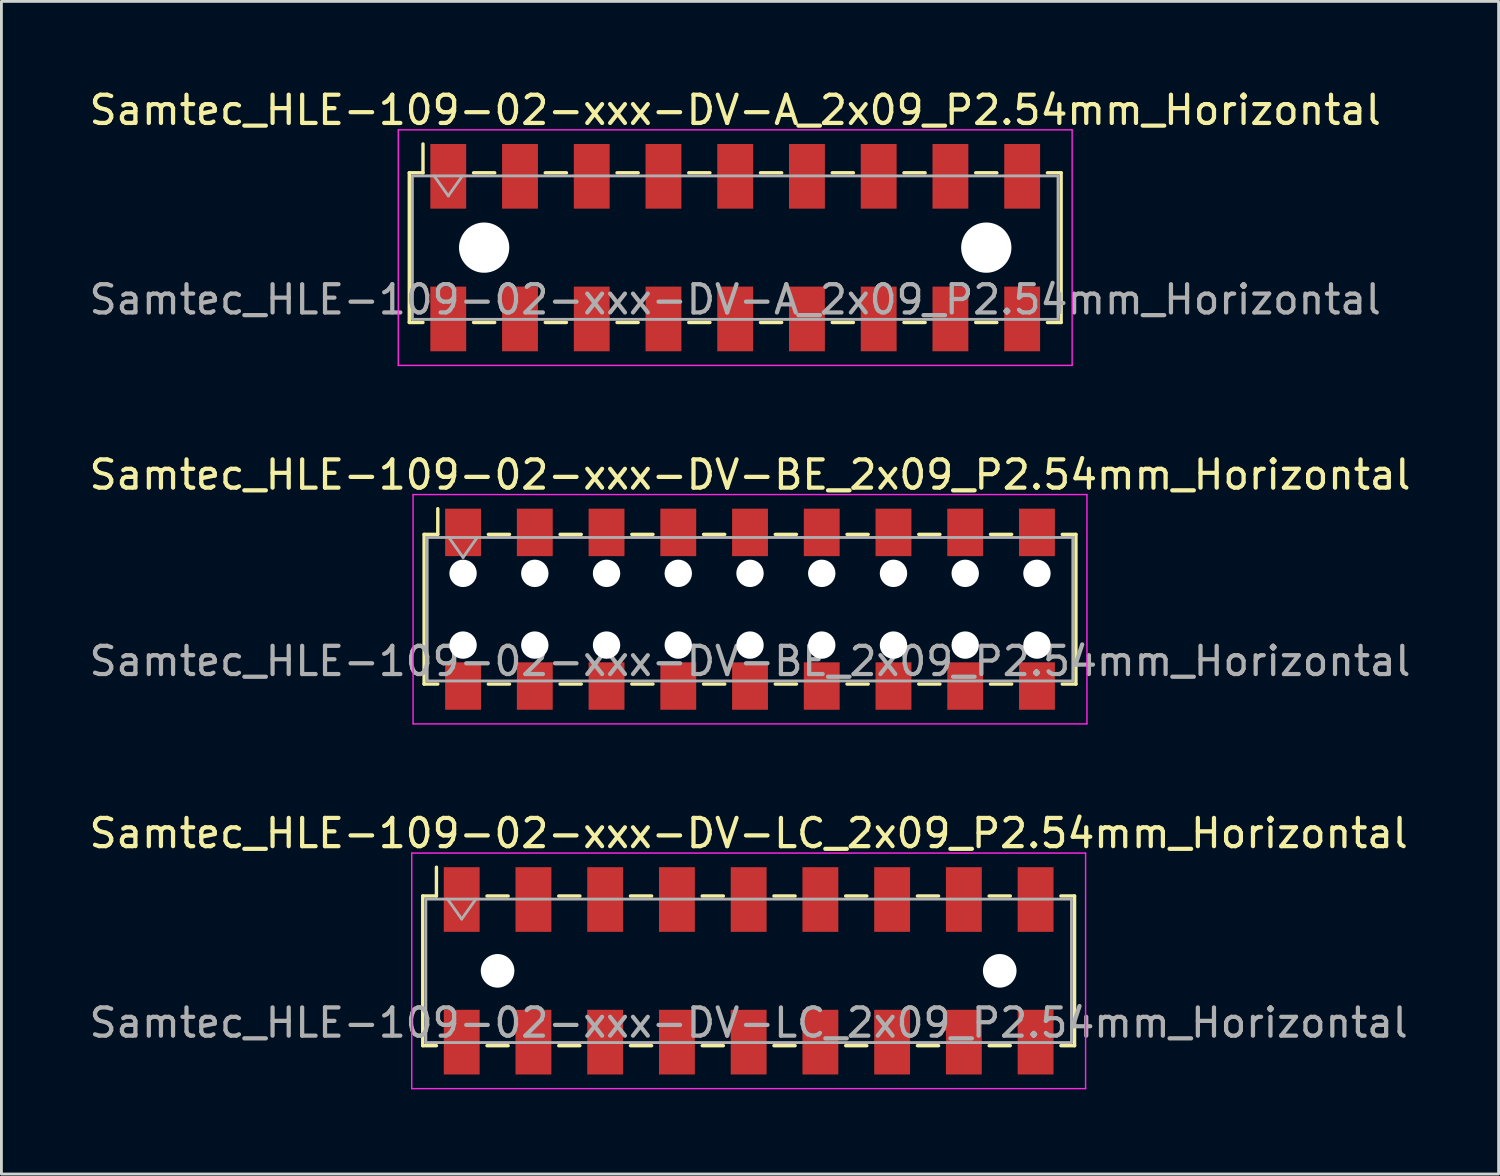
<source format=kicad_pcb>
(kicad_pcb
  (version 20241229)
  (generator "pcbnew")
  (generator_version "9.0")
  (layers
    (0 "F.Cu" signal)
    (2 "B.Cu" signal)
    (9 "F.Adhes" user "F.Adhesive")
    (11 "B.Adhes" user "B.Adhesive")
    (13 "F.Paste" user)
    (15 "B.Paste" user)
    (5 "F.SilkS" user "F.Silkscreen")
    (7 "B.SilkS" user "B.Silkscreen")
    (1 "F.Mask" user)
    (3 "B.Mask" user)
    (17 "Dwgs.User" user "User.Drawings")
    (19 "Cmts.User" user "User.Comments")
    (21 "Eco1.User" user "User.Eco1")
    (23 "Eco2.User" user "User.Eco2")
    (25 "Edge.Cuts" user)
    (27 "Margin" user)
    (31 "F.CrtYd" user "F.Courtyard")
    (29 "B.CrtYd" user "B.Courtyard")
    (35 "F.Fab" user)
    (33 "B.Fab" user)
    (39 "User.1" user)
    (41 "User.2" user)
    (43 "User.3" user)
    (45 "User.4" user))
  (footprint "Samtec_HLE-109-02-xxx-DV-A_2x09_P2.54mm_Horizontal"
    (layer "F.Cu")
    (at 22.982 5.718)
    (property "Reference" "Samtec_HLE-109-02-xxx-DV-A_2x09_P2.54mm_Horizontal" (at 0 -4.87 0) (layer "F.SilkS") (effects (font (size 1 1) (thickness 0.15))))
    (attr smd)
    (fp_line (start -11.54 -2.65) (end -11.54 2.65) (stroke (width 0.12) (type solid)) (layer "F.SilkS"))
    (fp_line (start -11.54 2.65) (end -11.055 2.65) (stroke (width 0.12) (type solid)) (layer "F.SilkS"))
    (fp_line (start -11.055 -3.67) (end -11.055 -2.65) (stroke (width 0.12) (type solid)) (layer "F.SilkS"))
    (fp_line (start -11.055 -2.65) (end -11.54 -2.65) (stroke (width 0.12) (type solid)) (layer "F.SilkS"))
    (fp_line (start -9.265 -2.65) (end -8.515 -2.65) (stroke (width 0.12) (type solid)) (layer "F.SilkS"))
    (fp_line (start -9.265 2.65) (end -8.515 2.65) (stroke (width 0.12) (type solid)) (layer "F.SilkS"))
    (fp_line (start -6.725 -2.65) (end -5.975 -2.65) (stroke (width 0.12) (type solid)) (layer "F.SilkS"))
    (fp_line (start -6.725 2.65) (end -5.975 2.65) (stroke (width 0.12) (type solid)) (layer "F.SilkS"))
    (fp_line (start -4.185 -2.65) (end -3.435 -2.65) (stroke (width 0.12) (type solid)) (layer "F.SilkS"))
    (fp_line (start -4.185 2.65) (end -3.435 2.65) (stroke (width 0.12) (type solid)) (layer "F.SilkS"))
    (fp_line (start -1.645 -2.65) (end -0.895 -2.65) (stroke (width 0.12) (type solid)) (layer "F.SilkS"))
    (fp_line (start -1.645 2.65) (end -0.895 2.65) (stroke (width 0.12) (type solid)) (layer "F.SilkS"))
    (fp_line (start 0.895 -2.65) (end 1.645 -2.65) (stroke (width 0.12) (type solid)) (layer "F.SilkS"))
    (fp_line (start 0.895 2.65) (end 1.645 2.65) (stroke (width 0.12) (type solid)) (layer "F.SilkS"))
    (fp_line (start 3.435 -2.65) (end 4.185 -2.65) (stroke (width 0.12) (type solid)) (layer "F.SilkS"))
    (fp_line (start 3.435 2.65) (end 4.185 2.65) (stroke (width 0.12) (type solid)) (layer "F.SilkS"))
    (fp_line (start 5.975 -2.65) (end 6.725 -2.65) (stroke (width 0.12) (type solid)) (layer "F.SilkS"))
    (fp_line (start 5.975 2.65) (end 6.725 2.65) (stroke (width 0.12) (type solid)) (layer "F.SilkS"))
    (fp_line (start 8.515 -2.65) (end 9.265 -2.65) (stroke (width 0.12) (type solid)) (layer "F.SilkS"))
    (fp_line (start 8.515 2.65) (end 9.265 2.65) (stroke (width 0.12) (type solid)) (layer "F.SilkS"))
    (fp_line (start 11.055 -2.65) (end 11.54 -2.65) (stroke (width 0.12) (type solid)) (layer "F.SilkS"))
    (fp_line (start 11.54 -2.65) (end 11.54 2.65) (stroke (width 0.12) (type solid)) (layer "F.SilkS"))
    (fp_line (start 11.54 2.65) (end 11.055 2.65) (stroke (width 0.12) (type solid)) (layer "F.SilkS"))
    (fp_line (start -11.93 -4.17) (end 11.93 -4.17) (stroke (width 0.05) (type solid)) (layer "F.CrtYd"))
    (fp_line (start -11.93 4.17) (end -11.93 -4.17) (stroke (width 0.05) (type solid)) (layer "F.CrtYd"))
    (fp_line (start 11.93 -4.17) (end 11.93 4.17) (stroke (width 0.05) (type solid)) (layer "F.CrtYd"))
    (fp_line (start 11.93 4.17) (end -11.93 4.17) (stroke (width 0.05) (type solid)) (layer "F.CrtYd"))
    (fp_line (start -11.43 -2.54) (end 11.43 -2.54) (stroke (width 0.1) (type solid)) (layer "F.Fab"))
    (fp_line (start -11.43 2.54) (end -11.43 -2.54) (stroke (width 0.1) (type solid)) (layer "F.Fab"))
    (fp_line (start -10.66 -2.54) (end -10.16 -1.833) (stroke (width 0.1) (type solid)) (layer "F.Fab"))
    (fp_line (start -10.16 -1.833) (end -9.66 -2.54) (stroke (width 0.1) (type solid)) (layer "F.Fab"))
    (fp_line (start 11.43 -2.54) (end 11.43 2.54) (stroke (width 0.1) (type solid)) (layer "F.Fab"))
    (fp_line (start 11.43 2.54) (end -11.43 2.54) (stroke (width 0.1) (type solid)) (layer "F.Fab"))
    (fp_text user "${REFERENCE}" (at 0 1.84 0) (layer "F.Fab") (effects (font (size 1 1) (thickness 0.15))))
    (pad "" np_thru_hole circle (at -8.89 0) (size 1.78 1.78) (drill 1.78) (layers "*.Cu" "*.Mask"))
    (pad "" np_thru_hole circle (at 8.89 0) (size 1.78 1.78) (drill 1.78) (layers "*.Cu" "*.Mask"))
    (pad "1" smd rect (at -10.16 -2.525) (size 1.27 2.29) (layers "F.Cu" "F.Mask" "F.Paste"))
    (pad "2" smd rect (at -10.16 2.525) (size 1.27 2.29) (layers "F.Cu" "F.Mask" "F.Paste"))
    (pad "3" smd rect (at -7.62 -2.525) (size 1.27 2.29) (layers "F.Cu" "F.Mask" "F.Paste"))
    (pad "4" smd rect (at -7.62 2.525) (size 1.27 2.29) (layers "F.Cu" "F.Mask" "F.Paste"))
    (pad "5" smd rect (at -5.08 -2.525) (size 1.27 2.29) (layers "F.Cu" "F.Mask" "F.Paste"))
    (pad "6" smd rect (at -5.08 2.525) (size 1.27 2.29) (layers "F.Cu" "F.Mask" "F.Paste"))
    (pad "7" smd rect (at -2.54 -2.525) (size 1.27 2.29) (layers "F.Cu" "F.Mask" "F.Paste"))
    (pad "8" smd rect (at -2.54 2.525) (size 1.27 2.29) (layers "F.Cu" "F.Mask" "F.Paste"))
    (pad "9" smd rect (at 0 -2.525) (size 1.27 2.29) (layers "F.Cu" "F.Mask" "F.Paste"))
    (pad "10" smd rect (at 0 2.525) (size 1.27 2.29) (layers "F.Cu" "F.Mask" "F.Paste"))
    (pad "11" smd rect (at 2.54 -2.525) (size 1.27 2.29) (layers "F.Cu" "F.Mask" "F.Paste"))
    (pad "12" smd rect (at 2.54 2.525) (size 1.27 2.29) (layers "F.Cu" "F.Mask" "F.Paste"))
    (pad "13" smd rect (at 5.08 -2.525) (size 1.27 2.29) (layers "F.Cu" "F.Mask" "F.Paste"))
    (pad "14" smd rect (at 5.08 2.525) (size 1.27 2.29) (layers "F.Cu" "F.Mask" "F.Paste"))
    (pad "15" smd rect (at 7.62 -2.525) (size 1.27 2.29) (layers "F.Cu" "F.Mask" "F.Paste"))
    (pad "16" smd rect (at 7.62 2.525) (size 1.27 2.29) (layers "F.Cu" "F.Mask" "F.Paste"))
    (pad "17" smd rect (at 10.16 -2.525) (size 1.27 2.29) (layers "F.Cu" "F.Mask" "F.Paste"))
    (pad "18" smd rect (at 10.16 2.525) (size 1.27 2.29) (layers "F.Cu" "F.Mask" "F.Paste")))
  (footprint "Samtec_HLE-109-02-xxx-DV-LC_2x09_P2.54mm_Horizontal"
    (layer "F.Cu")
    (at 23.458 31.325)
    (property "Reference" "Samtec_HLE-109-02-xxx-DV-LC_2x09_P2.54mm_Horizontal" (at 0 -4.87 0) (layer "F.SilkS") (effects (font (size 1 1) (thickness 0.15))))
    (attr smd)
    (fp_line (start -11.54 -2.65) (end -11.54 2.65) (stroke (width 0.12) (type solid)) (layer "F.SilkS"))
    (fp_line (start -11.54 2.65) (end -11.055 2.65) (stroke (width 0.12) (type solid)) (layer "F.SilkS"))
    (fp_line (start -11.055 -3.67) (end -11.055 -2.65) (stroke (width 0.12) (type solid)) (layer "F.SilkS"))
    (fp_line (start -11.055 -2.65) (end -11.54 -2.65) (stroke (width 0.12) (type solid)) (layer "F.SilkS"))
    (fp_line (start -9.265 -2.65) (end -8.515 -2.65) (stroke (width 0.12) (type solid)) (layer "F.SilkS"))
    (fp_line (start -9.265 2.65) (end -8.515 2.65) (stroke (width 0.12) (type solid)) (layer "F.SilkS"))
    (fp_line (start -6.725 -2.65) (end -5.975 -2.65) (stroke (width 0.12) (type solid)) (layer "F.SilkS"))
    (fp_line (start -6.725 2.65) (end -5.975 2.65) (stroke (width 0.12) (type solid)) (layer "F.SilkS"))
    (fp_line (start -4.185 -2.65) (end -3.435 -2.65) (stroke (width 0.12) (type solid)) (layer "F.SilkS"))
    (fp_line (start -4.185 2.65) (end -3.435 2.65) (stroke (width 0.12) (type solid)) (layer "F.SilkS"))
    (fp_line (start -1.645 -2.65) (end -0.895 -2.65) (stroke (width 0.12) (type solid)) (layer "F.SilkS"))
    (fp_line (start -1.645 2.65) (end -0.895 2.65) (stroke (width 0.12) (type solid)) (layer "F.SilkS"))
    (fp_line (start 0.895 -2.65) (end 1.645 -2.65) (stroke (width 0.12) (type solid)) (layer "F.SilkS"))
    (fp_line (start 0.895 2.65) (end 1.645 2.65) (stroke (width 0.12) (type solid)) (layer "F.SilkS"))
    (fp_line (start 3.435 -2.65) (end 4.185 -2.65) (stroke (width 0.12) (type solid)) (layer "F.SilkS"))
    (fp_line (start 3.435 2.65) (end 4.185 2.65) (stroke (width 0.12) (type solid)) (layer "F.SilkS"))
    (fp_line (start 5.975 -2.65) (end 6.725 -2.65) (stroke (width 0.12) (type solid)) (layer "F.SilkS"))
    (fp_line (start 5.975 2.65) (end 6.725 2.65) (stroke (width 0.12) (type solid)) (layer "F.SilkS"))
    (fp_line (start 8.515 -2.65) (end 9.265 -2.65) (stroke (width 0.12) (type solid)) (layer "F.SilkS"))
    (fp_line (start 8.515 2.65) (end 9.265 2.65) (stroke (width 0.12) (type solid)) (layer "F.SilkS"))
    (fp_line (start 11.055 -2.65) (end 11.54 -2.65) (stroke (width 0.12) (type solid)) (layer "F.SilkS"))
    (fp_line (start 11.54 -2.65) (end 11.54 2.65) (stroke (width 0.12) (type solid)) (layer "F.SilkS"))
    (fp_line (start 11.54 2.65) (end 11.055 2.65) (stroke (width 0.12) (type solid)) (layer "F.SilkS"))
    (fp_line (start -11.93 -4.17) (end 11.93 -4.17) (stroke (width 0.05) (type solid)) (layer "F.CrtYd"))
    (fp_line (start -11.93 4.17) (end -11.93 -4.17) (stroke (width 0.05) (type solid)) (layer "F.CrtYd"))
    (fp_line (start 11.93 -4.17) (end 11.93 4.17) (stroke (width 0.05) (type solid)) (layer "F.CrtYd"))
    (fp_line (start 11.93 4.17) (end -11.93 4.17) (stroke (width 0.05) (type solid)) (layer "F.CrtYd"))
    (fp_line (start -11.43 -2.54) (end 11.43 -2.54) (stroke (width 0.1) (type solid)) (layer "F.Fab"))
    (fp_line (start -11.43 2.54) (end -11.43 -2.54) (stroke (width 0.1) (type solid)) (layer "F.Fab"))
    (fp_line (start -10.66 -2.54) (end -10.16 -1.833) (stroke (width 0.1) (type solid)) (layer "F.Fab"))
    (fp_line (start -10.16 -1.833) (end -9.66 -2.54) (stroke (width 0.1) (type solid)) (layer "F.Fab"))
    (fp_line (start 11.43 -2.54) (end 11.43 2.54) (stroke (width 0.1) (type solid)) (layer "F.Fab"))
    (fp_line (start 11.43 2.54) (end -11.43 2.54) (stroke (width 0.1) (type solid)) (layer "F.Fab"))
    (fp_text user "${REFERENCE}" (at 0 1.84 0) (layer "F.Fab") (effects (font (size 1 1) (thickness 0.15))))
    (pad "" np_thru_hole circle (at -8.89 0) (size 1.19 1.19) (drill 1.19) (layers "*.Cu" "*.Mask"))
    (pad "" np_thru_hole circle (at 8.89 0) (size 1.19 1.19) (drill 1.19) (layers "*.Cu" "*.Mask"))
    (pad "1" smd rect (at -10.16 -2.525) (size 1.27 2.29) (layers "F.Cu" "F.Mask" "F.Paste"))
    (pad "2" smd rect (at -10.16 2.525) (size 1.27 2.29) (layers "F.Cu" "F.Mask" "F.Paste"))
    (pad "3" smd rect (at -7.62 -2.525) (size 1.27 2.29) (layers "F.Cu" "F.Mask" "F.Paste"))
    (pad "4" smd rect (at -7.62 2.525) (size 1.27 2.29) (layers "F.Cu" "F.Mask" "F.Paste"))
    (pad "5" smd rect (at -5.08 -2.525) (size 1.27 2.29) (layers "F.Cu" "F.Mask" "F.Paste"))
    (pad "6" smd rect (at -5.08 2.525) (size 1.27 2.29) (layers "F.Cu" "F.Mask" "F.Paste"))
    (pad "7" smd rect (at -2.54 -2.525) (size 1.27 2.29) (layers "F.Cu" "F.Mask" "F.Paste"))
    (pad "8" smd rect (at -2.54 2.525) (size 1.27 2.29) (layers "F.Cu" "F.Mask" "F.Paste"))
    (pad "9" smd rect (at 0 -2.525) (size 1.27 2.29) (layers "F.Cu" "F.Mask" "F.Paste"))
    (pad "10" smd rect (at 0 2.525) (size 1.27 2.29) (layers "F.Cu" "F.Mask" "F.Paste"))
    (pad "11" smd rect (at 2.54 -2.525) (size 1.27 2.29) (layers "F.Cu" "F.Mask" "F.Paste"))
    (pad "12" smd rect (at 2.54 2.525) (size 1.27 2.29) (layers "F.Cu" "F.Mask" "F.Paste"))
    (pad "13" smd rect (at 5.08 -2.525) (size 1.27 2.29) (layers "F.Cu" "F.Mask" "F.Paste"))
    (pad "14" smd rect (at 5.08 2.525) (size 1.27 2.29) (layers "F.Cu" "F.Mask" "F.Paste"))
    (pad "15" smd rect (at 7.62 -2.525) (size 1.27 2.29) (layers "F.Cu" "F.Mask" "F.Paste"))
    (pad "16" smd rect (at 7.62 2.525) (size 1.27 2.29) (layers "F.Cu" "F.Mask" "F.Paste"))
    (pad "17" smd rect (at 10.16 -2.525) (size 1.27 2.29) (layers "F.Cu" "F.Mask" "F.Paste"))
    (pad "18" smd rect (at 10.16 2.525) (size 1.27 2.29) (layers "F.Cu" "F.Mask" "F.Paste")))
  (footprint "Samtec_HLE-109-02-xxx-DV-BE_2x09_P2.54mm_Horizontal"
    (layer "F.Cu")
    (at 23.506 18.521)
    (property "Reference" "Samtec_HLE-109-02-xxx-DV-BE_2x09_P2.54mm_Horizontal" (at 0 -4.76 0) (layer "F.SilkS") (effects (font (size 1 1) (thickness 0.15))))
    (attr smd)
    (fp_line (start -11.54 -2.65) (end -11.54 2.65) (stroke (width 0.12) (type solid)) (layer "F.SilkS"))
    (fp_line (start -11.54 2.65) (end -11.055 2.65) (stroke (width 0.12) (type solid)) (layer "F.SilkS"))
    (fp_line (start -11.055 -3.56) (end -11.055 -2.65) (stroke (width 0.12) (type solid)) (layer "F.SilkS"))
    (fp_line (start -11.055 -2.65) (end -11.54 -2.65) (stroke (width 0.12) (type solid)) (layer "F.SilkS"))
    (fp_line (start -9.265 -2.65) (end -8.515 -2.65) (stroke (width 0.12) (type solid)) (layer "F.SilkS"))
    (fp_line (start -9.265 2.65) (end -8.515 2.65) (stroke (width 0.12) (type solid)) (layer "F.SilkS"))
    (fp_line (start -6.725 -2.65) (end -5.975 -2.65) (stroke (width 0.12) (type solid)) (layer "F.SilkS"))
    (fp_line (start -6.725 2.65) (end -5.975 2.65) (stroke (width 0.12) (type solid)) (layer "F.SilkS"))
    (fp_line (start -4.185 -2.65) (end -3.435 -2.65) (stroke (width 0.12) (type solid)) (layer "F.SilkS"))
    (fp_line (start -4.185 2.65) (end -3.435 2.65) (stroke (width 0.12) (type solid)) (layer "F.SilkS"))
    (fp_line (start -1.645 -2.65) (end -0.895 -2.65) (stroke (width 0.12) (type solid)) (layer "F.SilkS"))
    (fp_line (start -1.645 2.65) (end -0.895 2.65) (stroke (width 0.12) (type solid)) (layer "F.SilkS"))
    (fp_line (start 0.895 -2.65) (end 1.645 -2.65) (stroke (width 0.12) (type solid)) (layer "F.SilkS"))
    (fp_line (start 0.895 2.65) (end 1.645 2.65) (stroke (width 0.12) (type solid)) (layer "F.SilkS"))
    (fp_line (start 3.435 -2.65) (end 4.185 -2.65) (stroke (width 0.12) (type solid)) (layer "F.SilkS"))
    (fp_line (start 3.435 2.65) (end 4.185 2.65) (stroke (width 0.12) (type solid)) (layer "F.SilkS"))
    (fp_line (start 5.975 -2.65) (end 6.725 -2.65) (stroke (width 0.12) (type solid)) (layer "F.SilkS"))
    (fp_line (start 5.975 2.65) (end 6.725 2.65) (stroke (width 0.12) (type solid)) (layer "F.SilkS"))
    (fp_line (start 8.515 -2.65) (end 9.265 -2.65) (stroke (width 0.12) (type solid)) (layer "F.SilkS"))
    (fp_line (start 8.515 2.65) (end 9.265 2.65) (stroke (width 0.12) (type solid)) (layer "F.SilkS"))
    (fp_line (start 11.055 -2.65) (end 11.54 -2.65) (stroke (width 0.12) (type solid)) (layer "F.SilkS"))
    (fp_line (start 11.54 -2.65) (end 11.54 2.65) (stroke (width 0.12) (type solid)) (layer "F.SilkS"))
    (fp_line (start 11.54 2.65) (end 11.055 2.65) (stroke (width 0.12) (type solid)) (layer "F.SilkS"))
    (fp_line (start -11.93 -4.06) (end 11.93 -4.06) (stroke (width 0.05) (type solid)) (layer "F.CrtYd"))
    (fp_line (start -11.93 4.06) (end -11.93 -4.06) (stroke (width 0.05) (type solid)) (layer "F.CrtYd"))
    (fp_line (start 11.93 -4.06) (end 11.93 4.06) (stroke (width 0.05) (type solid)) (layer "F.CrtYd"))
    (fp_line (start 11.93 4.06) (end -11.93 4.06) (stroke (width 0.05) (type solid)) (layer "F.CrtYd"))
    (fp_line (start -11.43 -2.54) (end 11.43 -2.54) (stroke (width 0.1) (type solid)) (layer "F.Fab"))
    (fp_line (start -11.43 2.54) (end -11.43 -2.54) (stroke (width 0.1) (type solid)) (layer "F.Fab"))
    (fp_line (start -10.66 -2.54) (end -10.16 -1.833) (stroke (width 0.1) (type solid)) (layer "F.Fab"))
    (fp_line (start -10.16 -1.833) (end -9.66 -2.54) (stroke (width 0.1) (type solid)) (layer "F.Fab"))
    (fp_line (start 11.43 -2.54) (end 11.43 2.54) (stroke (width 0.1) (type solid)) (layer "F.Fab"))
    (fp_line (start 11.43 2.54) (end -11.43 2.54) (stroke (width 0.1) (type solid)) (layer "F.Fab"))
    (fp_text user "${REFERENCE}" (at 0 1.84 0) (layer "F.Fab") (effects (font (size 1 1) (thickness 0.15))))
    (pad "" np_thru_hole circle (at -10.16 -1.27) (size 0.97 0.97) (drill 0.97) (layers "*.Cu" "*.Mask"))
    (pad "" np_thru_hole circle (at -10.16 1.27) (size 0.97 0.97) (drill 0.97) (layers "*.Cu" "*.Mask"))
    (pad "" np_thru_hole circle (at -7.62 -1.27) (size 0.97 0.97) (drill 0.97) (layers "*.Cu" "*.Mask"))
    (pad "" np_thru_hole circle (at -7.62 1.27) (size 0.97 0.97) (drill 0.97) (layers "*.Cu" "*.Mask"))
    (pad "" np_thru_hole circle (at -5.08 -1.27) (size 0.97 0.97) (drill 0.97) (layers "*.Cu" "*.Mask"))
    (pad "" np_thru_hole circle (at -5.08 1.27) (size 0.97 0.97) (drill 0.97) (layers "*.Cu" "*.Mask"))
    (pad "" np_thru_hole circle (at -2.54 -1.27) (size 0.97 0.97) (drill 0.97) (layers "*.Cu" "*.Mask"))
    (pad "" np_thru_hole circle (at -2.54 1.27) (size 0.97 0.97) (drill 0.97) (layers "*.Cu" "*.Mask"))
    (pad "" np_thru_hole circle (at 0 -1.27) (size 0.97 0.97) (drill 0.97) (layers "*.Cu" "*.Mask"))
    (pad "" np_thru_hole circle (at 0 1.27) (size 0.97 0.97) (drill 0.97) (layers "*.Cu" "*.Mask"))
    (pad "" np_thru_hole circle (at 2.54 -1.27) (size 0.97 0.97) (drill 0.97) (layers "*.Cu" "*.Mask"))
    (pad "" np_thru_hole circle (at 2.54 1.27) (size 0.97 0.97) (drill 0.97) (layers "*.Cu" "*.Mask"))
    (pad "" np_thru_hole circle (at 5.08 -1.27) (size 0.97 0.97) (drill 0.97) (layers "*.Cu" "*.Mask"))
    (pad "" np_thru_hole circle (at 5.08 1.27) (size 0.97 0.97) (drill 0.97) (layers "*.Cu" "*.Mask"))
    (pad "" np_thru_hole circle (at 7.62 -1.27) (size 0.97 0.97) (drill 0.97) (layers "*.Cu" "*.Mask"))
    (pad "" np_thru_hole circle (at 7.62 1.27) (size 0.97 0.97) (drill 0.97) (layers "*.Cu" "*.Mask"))
    (pad "" np_thru_hole circle (at 10.16 -1.27) (size 0.97 0.97) (drill 0.97) (layers "*.Cu" "*.Mask"))
    (pad "" np_thru_hole circle (at 10.16 1.27) (size 0.97 0.97) (drill 0.97) (layers "*.Cu" "*.Mask"))
    (pad "1" smd rect (at -10.16 -2.72) (size 1.27 1.68) (layers "F.Cu" "F.Mask" "F.Paste"))
    (pad "2" smd rect (at -10.16 2.72) (size 1.27 1.68) (layers "F.Cu" "F.Mask" "F.Paste"))
    (pad "3" smd rect (at -7.62 -2.72) (size 1.27 1.68) (layers "F.Cu" "F.Mask" "F.Paste"))
    (pad "4" smd rect (at -7.62 2.72) (size 1.27 1.68) (layers "F.Cu" "F.Mask" "F.Paste"))
    (pad "5" smd rect (at -5.08 -2.72) (size 1.27 1.68) (layers "F.Cu" "F.Mask" "F.Paste"))
    (pad "6" smd rect (at -5.08 2.72) (size 1.27 1.68) (layers "F.Cu" "F.Mask" "F.Paste"))
    (pad "7" smd rect (at -2.54 -2.72) (size 1.27 1.68) (layers "F.Cu" "F.Mask" "F.Paste"))
    (pad "8" smd rect (at -2.54 2.72) (size 1.27 1.68) (layers "F.Cu" "F.Mask" "F.Paste"))
    (pad "9" smd rect (at 0 -2.72) (size 1.27 1.68) (layers "F.Cu" "F.Mask" "F.Paste"))
    (pad "10" smd rect (at 0 2.72) (size 1.27 1.68) (layers "F.Cu" "F.Mask" "F.Paste"))
    (pad "11" smd rect (at 2.54 -2.72) (size 1.27 1.68) (layers "F.Cu" "F.Mask" "F.Paste"))
    (pad "12" smd rect (at 2.54 2.72) (size 1.27 1.68) (layers "F.Cu" "F.Mask" "F.Paste"))
    (pad "13" smd rect (at 5.08 -2.72) (size 1.27 1.68) (layers "F.Cu" "F.Mask" "F.Paste"))
    (pad "14" smd rect (at 5.08 2.72) (size 1.27 1.68) (layers "F.Cu" "F.Mask" "F.Paste"))
    (pad "15" smd rect (at 7.62 -2.72) (size 1.27 1.68) (layers "F.Cu" "F.Mask" "F.Paste"))
    (pad "16" smd rect (at 7.62 2.72) (size 1.27 1.68) (layers "F.Cu" "F.Mask" "F.Paste"))
    (pad "17" smd rect (at 10.16 -2.72) (size 1.27 1.68) (layers "F.Cu" "F.Mask" "F.Paste"))
    (pad "18" smd rect (at 10.16 2.72) (size 1.27 1.68) (layers "F.Cu" "F.Mask" "F.Paste")))
  (gr_rect
    (start -3 -3)
    (end 50.012 38.52)
    (stroke (width 0.1) (type default))
    (fill no)
    (layer "Edge.Cuts")))
</source>
